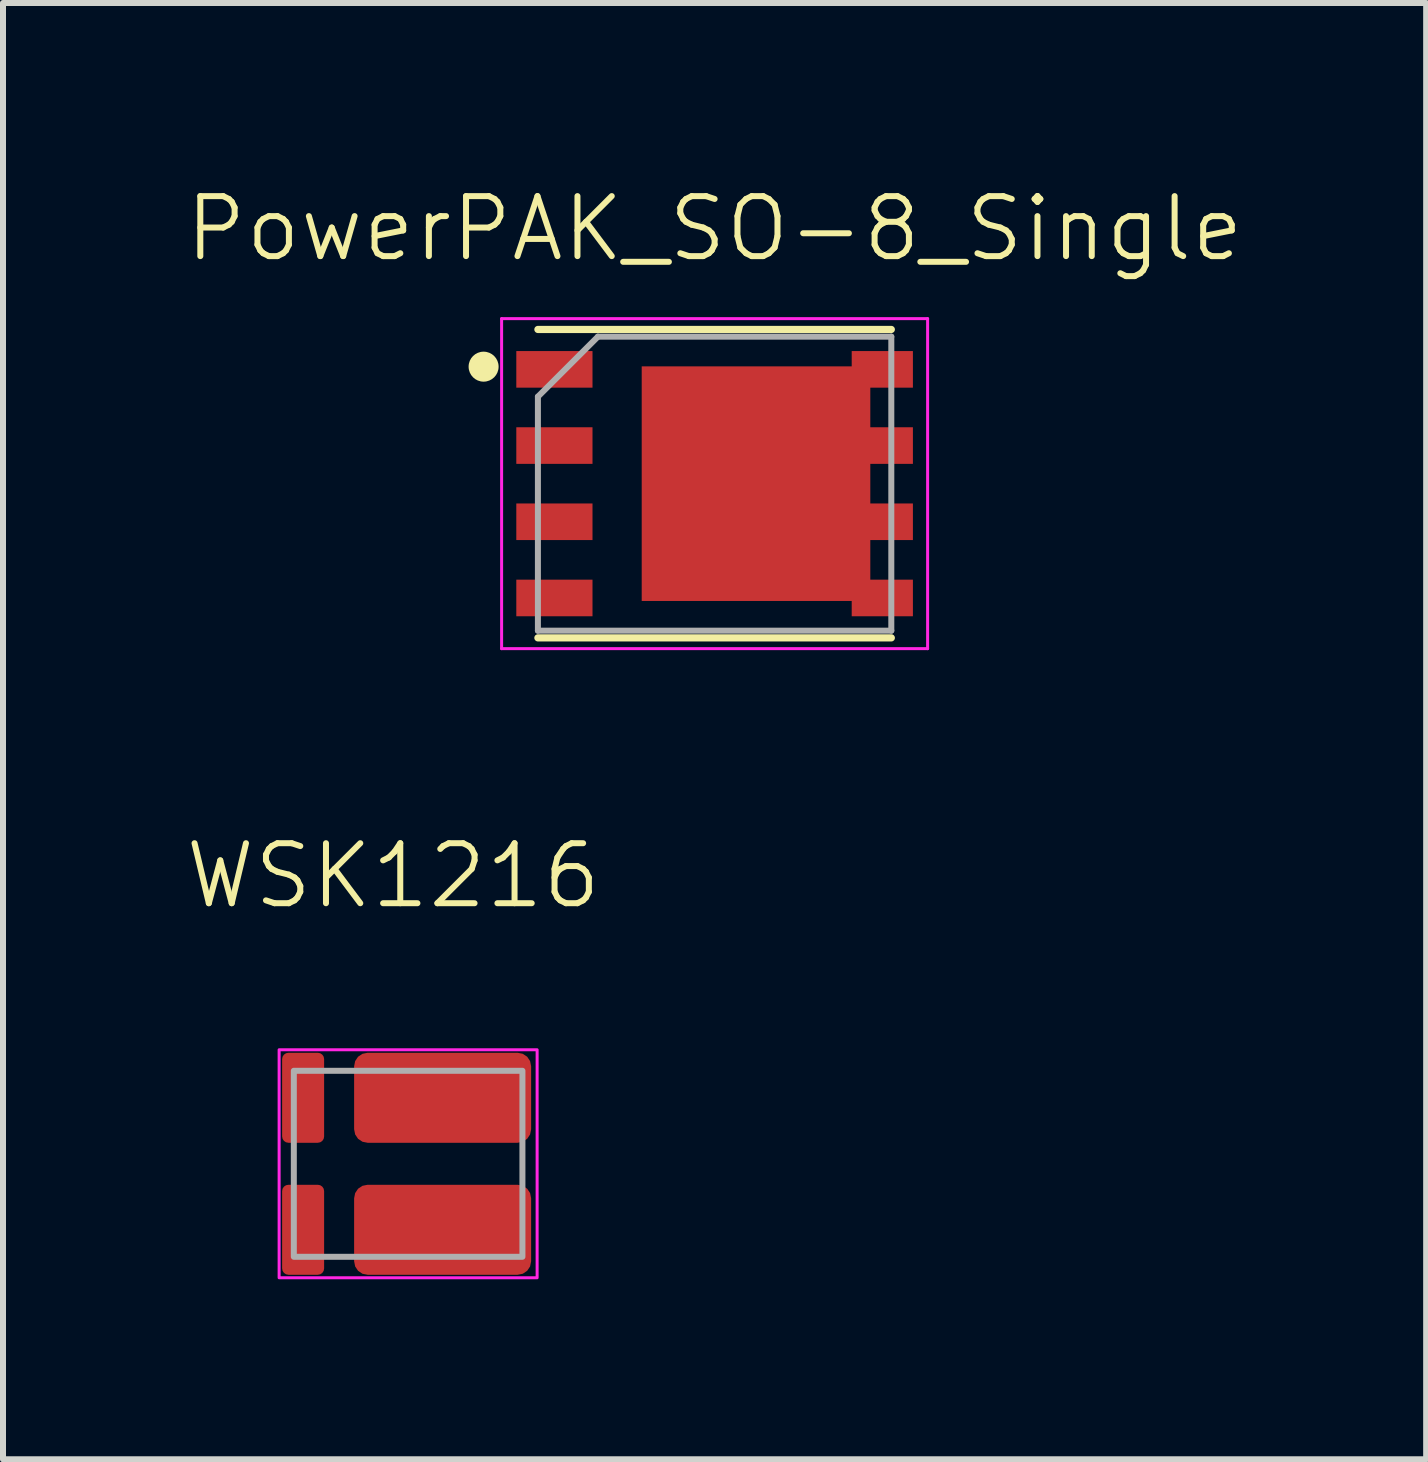
<source format=kicad_pcb>
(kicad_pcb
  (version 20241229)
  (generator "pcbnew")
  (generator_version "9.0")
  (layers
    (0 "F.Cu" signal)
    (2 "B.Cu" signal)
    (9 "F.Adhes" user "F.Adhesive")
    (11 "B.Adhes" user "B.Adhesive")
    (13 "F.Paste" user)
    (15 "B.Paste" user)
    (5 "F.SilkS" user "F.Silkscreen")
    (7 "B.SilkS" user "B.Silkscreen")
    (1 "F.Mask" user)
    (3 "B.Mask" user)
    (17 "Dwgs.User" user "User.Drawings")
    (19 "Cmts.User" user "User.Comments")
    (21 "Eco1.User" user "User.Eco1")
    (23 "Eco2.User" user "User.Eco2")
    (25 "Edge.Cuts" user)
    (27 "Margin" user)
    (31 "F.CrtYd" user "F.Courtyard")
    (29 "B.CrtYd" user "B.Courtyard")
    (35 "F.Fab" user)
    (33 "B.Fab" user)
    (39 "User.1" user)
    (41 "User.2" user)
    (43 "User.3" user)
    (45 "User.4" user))
  (footprint "WSK1216"
    (layer "F.Cu")
    (at 2.602 16.346)
    (property "Reference" "WSK1216" (at 0.9 -4.8 0) (unlocked yes) (layer "F.SilkS") (effects (font (size 1 1) (thickness 0.1))))
    (attr smd)
    (fp_rect (start -1 -1.9) (end 3.3 1.9) (stroke (width 0.05) (type solid)) (fill no) (layer "F.CrtYd"))
    (fp_rect (start -0.755 -1.55) (end 3.055 1.55) (stroke (width 0.1) (type solid)) (fill no) (layer "F.Fab"))
    (pad "1" smd roundrect (at 1.725 -1.1 90) (size 1.5 2.95) (layers "F.Cu" "F.Mask" "F.Paste") (roundrect_rratio 0.15))
    (pad "2" smd roundrect (at -0.6 -1.1 90) (size 1.5 0.7) (layers "F.Cu" "F.Mask" "F.Paste") (roundrect_rratio 0.15))
    (pad "3" smd roundrect (at -0.6 1.1 90) (size 1.5 0.7) (layers "F.Cu" "F.Mask" "F.Paste") (roundrect_rratio 0.15))
    (pad "4" smd roundrect (at 1.725 1.1 90) (size 1.5 2.95) (layers "F.Cu" "F.Mask" "F.Paste") (roundrect_rratio 0.15)))
  (footprint "PowerPAK_SO-8_Single"
    (layer "F.Cu")
    (at 9.41 5.061)
    (property "Reference" "PowerPAK_SO-8_Single" (at -0.55 -4.3 0) (unlocked yes) (layer "F.SilkS") (effects (font (size 1 1) (thickness 0.1))))
    (attr smd)
    (fp_line (start -3.495 -2.62) (end 2.395 -2.62) (stroke (width 0.12) (type solid)) (layer "F.SilkS"))
    (fp_line (start -3.495 2.52) (end 2.395 2.52) (stroke (width 0.12) (type solid)) (layer "F.SilkS"))
    (fp_circle (center -4.4 -2) (end -4.4 -2.2) (stroke (width 0.1) (type solid)) (fill yes) (layer "F.SilkS"))
    (fp_line (start -4.1 -2.8) (end -4.1 2.7) (stroke (width 0.05) (type solid)) (layer "F.CrtYd"))
    (fp_line (start -4.1 -2.8) (end 3 -2.8) (stroke (width 0.05) (type solid)) (layer "F.CrtYd"))
    (fp_line (start -4.1 2.7) (end 3 2.7) (stroke (width 0.05) (type solid)) (layer "F.CrtYd"))
    (fp_line (start 3 -2.8) (end 3 2.7) (stroke (width 0.05) (type solid)) (layer "F.CrtYd"))
    (fp_line (start -3.495 2.4) (end -3.495 -1.5) (stroke (width 0.1) (type solid)) (layer "F.Fab"))
    (fp_line (start -2.495 -2.5) (end -3.495 -1.5) (stroke (width 0.1) (type solid)) (layer "F.Fab"))
    (fp_line (start -2.495 -2.5) (end 2.395 -2.5) (stroke (width 0.1) (type solid)) (layer "F.Fab"))
    (fp_line (start 2.395 -2.5) (end 2.395 2.4) (stroke (width 0.1) (type solid)) (layer "F.Fab"))
    (fp_line (start 2.395 2.4) (end -3.495 2.4) (stroke (width 0.1) (type solid)) (layer "F.Fab"))
    (pad "1" smd rect (at -3.22 -1.955) (size 1.27 0.61) (layers "F.Cu" "F.Mask" "F.Paste"))
    (pad "2" smd rect (at -3.22 -0.685) (size 1.27 0.61) (layers "F.Cu" "F.Mask" "F.Paste"))
    (pad "3" smd rect (at -3.22 0.585) (size 1.27 0.61) (layers "F.Cu" "F.Mask" "F.Paste"))
    (pad "4" smd rect (at -3.22 1.855) (size 1.27 0.61) (layers "F.Cu" "F.Mask" "F.Paste"))
    (pad "5" smd rect (at 0.14 -0.05) (size 3.81 3.91) (layers "F.Cu" "F.Mask" "F.Paste"))
    (pad "5" smd rect (at 2.245 -1.955) (size 1.02 0.61) (layers "F.Cu" "F.Mask" "F.Paste"))
    (pad "5" smd rect (at 2.245 -0.685) (size 1.02 0.61) (layers "F.Cu" "F.Mask" "F.Paste"))
    (pad "5" smd rect (at 2.245 0.585) (size 1.02 0.61) (layers "F.Cu" "F.Mask" "F.Paste"))
    (pad "5" smd rect (at 2.245 1.855) (size 1.02 0.61) (layers "F.Cu" "F.Mask" "F.Paste")))
  (gr_rect
    (start -3 -3)
    (end 20.719 21.271)
    (stroke (width 0.1) (type default))
    (fill no)
    (layer "Edge.Cuts")))
</source>
